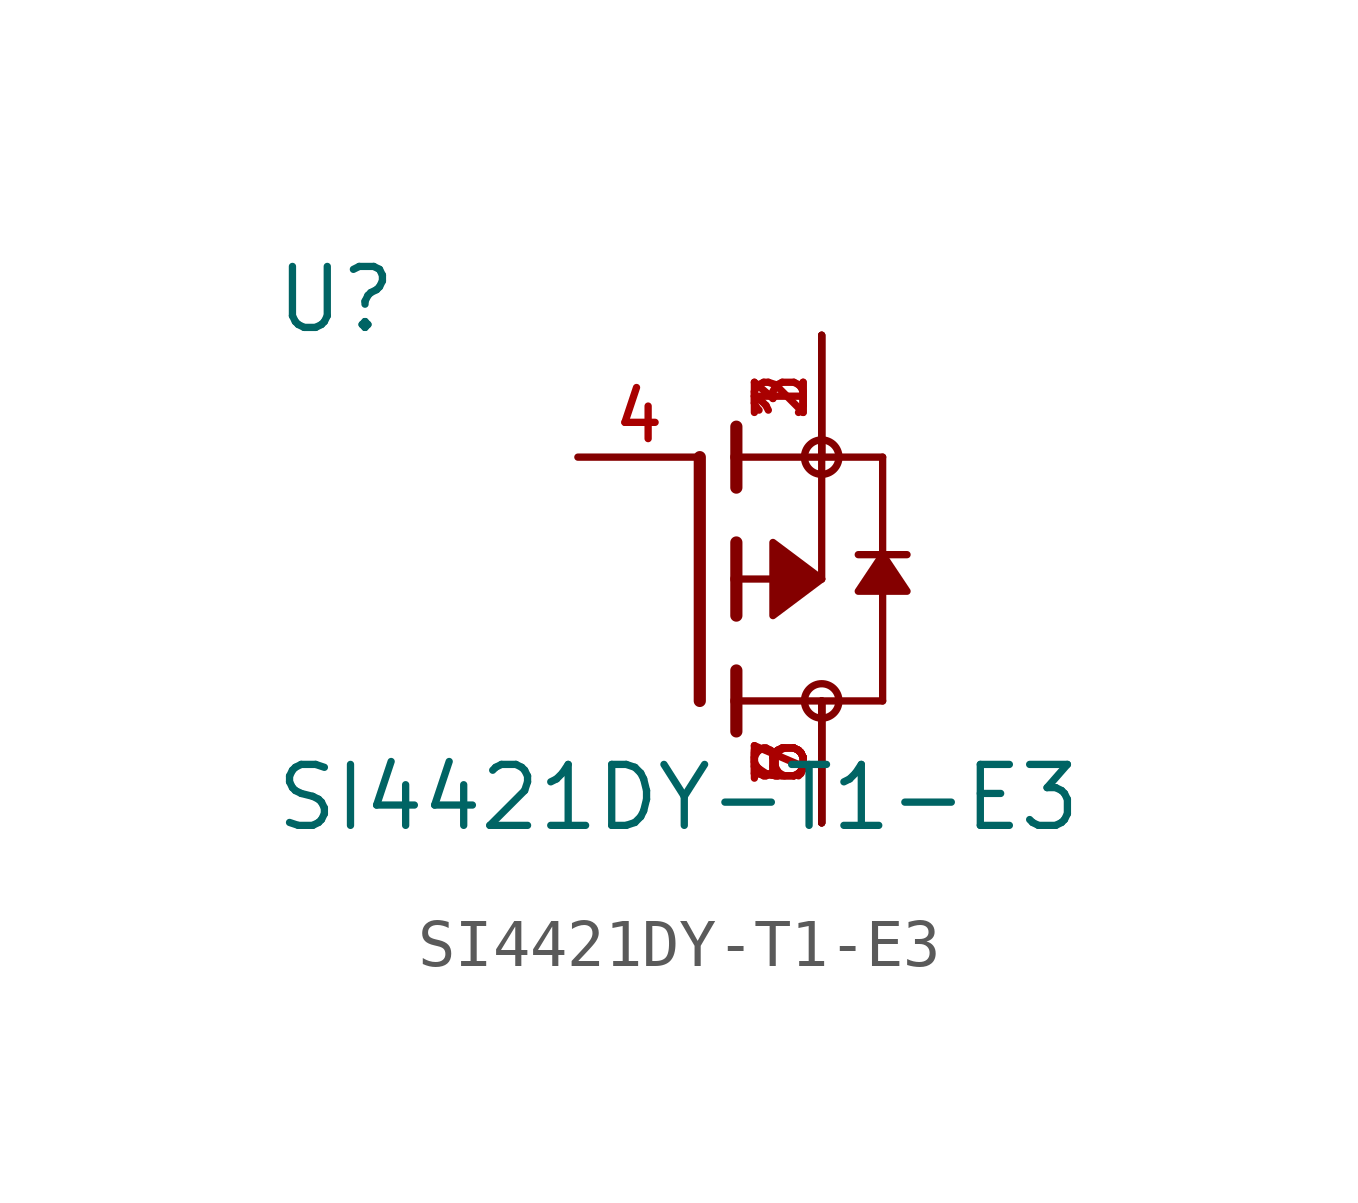
<source format=kicad_sym>
(kicad_symbol_lib
  (version 20220914)
  (generator kicad_symbol_editor)
  (symbol "SI4421DY-T1-E3"
    (pin_names
      (offset 1.016))
    (property "Reference" "U"
      (at -8.89 5.08 0)
      (effects (font (size 1.27 1.27)) (justify left bottom)))
    (property "Value" "SI4421DY-T1-E3"
      (at -8.89 -3.81 0)
      (effects (font (size 1.27 1.27)) (justify left top)))
    (symbol "SI4421DY-T1-E3_0_0"
      (polyline (pts (xy 0 -2.54) (xy 0 2.54)) (stroke (width 0.254) (type default)) (fill (type none)))
      (polyline (pts (xy 0.762 -3.175) (xy 0.762 -2.54)) (stroke (width 0.254) (type default)) (fill (type none)))
      (polyline (pts (xy 0.762 -2.54) (xy 0.762 -1.905)) (stroke (width 0.254) (type default)) (fill (type none)))
      (polyline (pts (xy 0.762 -2.54) (xy 3.81 -2.54)) (stroke (width 0.152) (type default)) (fill (type none)))
      (polyline (pts (xy 0.762 -0.762) (xy 0.762 0)) (stroke (width 0.254) (type default)) (fill (type none)))
      (polyline (pts (xy 0.762 0) (xy 0.762 0.762)) (stroke (width 0.254) (type default)) (fill (type none)))
      (polyline (pts (xy 0.762 0) (xy 2.54 0)) (stroke (width 0.152) (type default)) (fill (type none)))
      (polyline (pts (xy 0.762 1.905) (xy 0.762 2.54)) (stroke (width 0.254) (type default)) (fill (type none)))
      (polyline (pts (xy 0.762 2.54) (xy 0.762 3.175)) (stroke (width 0.254) (type default)) (fill (type none)))
      (polyline (pts (xy 2.54 0) (xy 2.54 2.54)) (stroke (width 0.152) (type default)) (fill (type none)))
      (polyline (pts (xy 2.54 2.54) (xy 0.762 2.54)) (stroke (width 0.152) (type default)) (fill (type none)))
      (polyline (pts (xy 2.54 2.54) (xy 3.81 2.54)) (stroke (width 0.152) (type default)) (fill (type none)))
      (polyline (pts (xy 3.302 0.508) (xy 3.81 0.508)) (stroke (width 0.152) (type default)) (fill (type none)))
      (polyline (pts (xy 3.81 -2.54) (xy 3.81 0.508)) (stroke (width 0.152) (type default)) (fill (type none)))
      (polyline (pts (xy 3.81 0.508) (xy 3.81 2.54)) (stroke (width 0.152) (type default)) (fill (type none)))
      (polyline (pts (xy 3.81 0.508) (xy 4.318 0.508)) (stroke (width 0.152) (type default)) (fill (type none)))
      (polyline (pts (xy 2.54 0) (xy 1.524 0.762) (xy 1.524 -0.762) (xy 2.54 0)) (stroke (width 0.152) (type default)) (fill (type outline)))
      (polyline (pts (xy 3.81 0.508) (xy 4.318 -0.254) (xy 3.302 -0.254) (xy 3.81 0.508)) (stroke (width 0.152) (type default)) (fill (type outline)))
      (circle (center 2.54 -2.54) (radius 0.359) (stroke (width 0) (type default)) (fill (type none)))
      (circle (center 2.54 2.54) (radius 0.359) (stroke (width 0) (type default)) (fill (type none)))
      (pin passive line (at 2.54 5.08 270) (length 2.54) (name "~" (effects (font (size 1.016 1.016)))) (number "1" (effects (font (size 1.016 1.016)))))
      (pin passive line (at 2.54 5.08 270) (length 2.54) (name "~" (effects (font (size 1.016 1.016)))) (number "2" (effects (font (size 1.016 1.016)))))
      (pin passive line (at 2.54 5.08 270) (length 2.54) (name "~" (effects (font (size 1.016 1.016)))) (number "3" (effects (font (size 1.016 1.016)))))
      (pin passive line (at -2.54 2.54 0) (length 2.54) (name "~" (effects (font (size 1.016 1.016)))) (number "4" (effects (font (size 1.016 1.016)))))
      (pin passive line (at 2.54 -5.08 90) (length 2.54) (name "~" (effects (font (size 1.016 1.016)))) (number "5" (effects (font (size 1.016 1.016)))))
      (pin passive line (at 2.54 -5.08 90) (length 2.54) (name "~" (effects (font (size 1.016 1.016)))) (number "6" (effects (font (size 1.016 1.016)))))
      (pin passive line (at 2.54 -5.08 90) (length 2.54) (name "~" (effects (font (size 1.016 1.016)))) (number "7" (effects (font (size 1.016 1.016)))))
      (pin passive line (at 2.54 -5.08 90) (length 2.54) (name "~" (effects (font (size 1.016 1.016)))) (number "8" (effects (font (size 1.016 1.016))))))))
</source>
